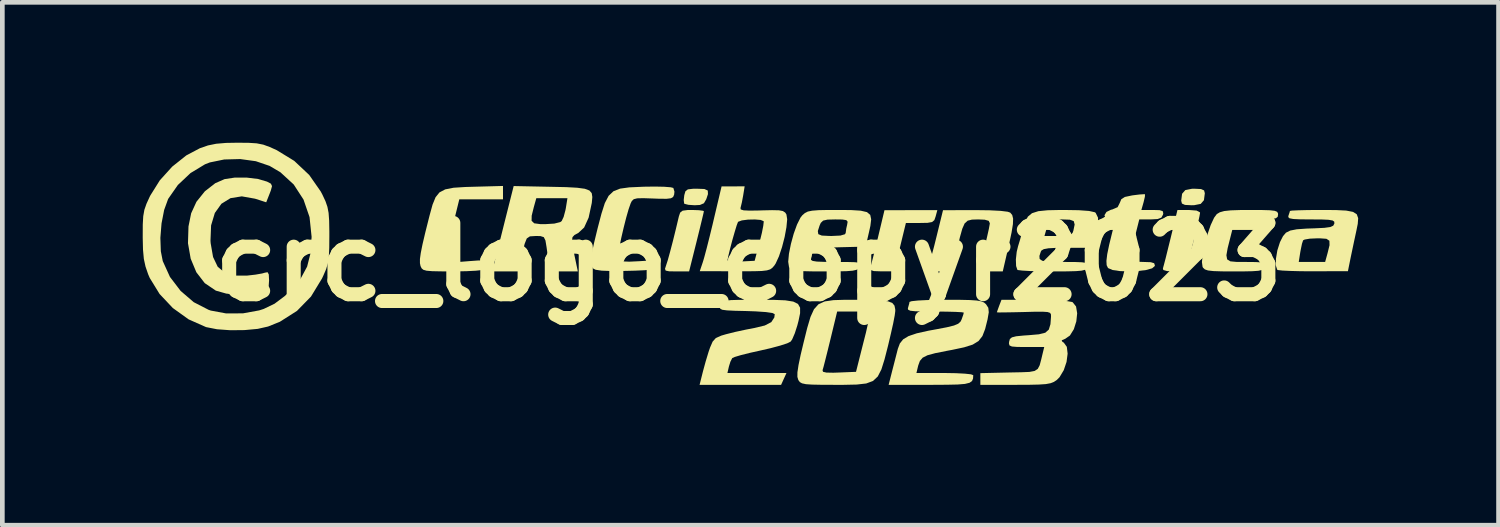
<source format=kicad_pcb>
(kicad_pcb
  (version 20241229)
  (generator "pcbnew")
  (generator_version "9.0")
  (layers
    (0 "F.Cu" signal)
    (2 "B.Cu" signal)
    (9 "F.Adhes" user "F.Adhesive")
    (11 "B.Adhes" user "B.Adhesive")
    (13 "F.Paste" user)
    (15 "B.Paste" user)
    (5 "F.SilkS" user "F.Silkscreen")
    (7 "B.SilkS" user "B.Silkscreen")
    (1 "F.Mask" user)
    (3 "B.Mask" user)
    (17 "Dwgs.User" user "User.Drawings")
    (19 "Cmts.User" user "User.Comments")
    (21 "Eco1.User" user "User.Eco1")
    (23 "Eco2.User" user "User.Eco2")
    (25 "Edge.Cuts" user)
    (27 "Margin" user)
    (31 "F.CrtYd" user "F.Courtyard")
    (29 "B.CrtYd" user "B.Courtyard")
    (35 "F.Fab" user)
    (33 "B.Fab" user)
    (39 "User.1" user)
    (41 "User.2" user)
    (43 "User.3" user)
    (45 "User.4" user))
  (footprint "crc_logo_copyr2023"
    (layer "F.Cu")
    (at 12.951 2.548)
    (property "Reference" "crc_logo_copyr2023" (at 0 0 0) (layer "F.SilkS") (effects (font (size 1.524 1.524) (thickness 0.3))))
    (attr board_only exclude_from_pos_files exclude_from_bom)
    (fp_poly (pts (xy 9.665 -1.558) (xy 9.73 -1.529) (xy 9.746 -1.469) (xy 9.727 -1.32) (xy 9.658 -1.241) (xy 9.517 -1.213) (xy 9.463 -1.212) (xy 9.322 -1.219) (xy 9.257 -1.248) (xy 9.241 -1.309) (xy 9.26 -1.457) (xy 9.329 -1.536) (xy 9.47 -1.564) (xy 9.524 -1.565)) (stroke (width 0) (type solid)) (fill yes) (layer "F.SilkS"))
    (fp_poly (pts (xy -0.948 -1.559) (xy -0.876 -1.526) (xy -0.872 -1.45) (xy -0.908 -1.341) (xy -0.958 -1.255) (xy -1.043 -1.218) (xy -1.157 -1.212) (xy -1.29 -1.221) (xy -1.372 -1.242) (xy -1.381 -1.25) (xy -1.39 -1.323) (xy -1.378 -1.427) (xy -1.354 -1.51) (xy -1.302 -1.551) (xy -1.194 -1.564) (xy -1.105 -1.565)) (stroke (width 0) (type solid)) (fill yes) (layer "F.SilkS"))
    (fp_poly (pts (xy 3.993 -0.971) (xy 3.966 -0.894) (xy 3.917 -0.853) (xy 3.821 -0.836) (xy 3.657 -0.833) (xy 3.358 -0.833) (xy 3.232 -0.316) (xy 3.106 0.201) (xy 2.836 0.201) (xy 2.673 0.195) (xy 2.598 0.171) (xy 2.592 0.139) (xy 2.613 0.067) (xy 2.652 -0.081) (xy 2.703 -0.284) (xy 2.759 -0.515) (xy 2.9 -1.106) (xy 3.465 -1.107) (xy 4.03 -1.108)) (stroke (width 0) (type solid)) (fill yes) (layer "F.SilkS"))
    (fp_poly (pts (xy -1.067 -1.106) (xy -0.976 -1.094) (xy -0.959 -1.084) (xy -0.971 -1.028) (xy -1.003 -0.893) (xy -1.05 -0.699) (xy -1.108 -0.465) (xy -1.117 -0.428) (xy -1.275 0.202) (xy -1.545 0.202) (xy -1.7 0.2) (xy -1.775 0.185) (xy -1.79 0.147) (xy -1.767 0.074) (xy -1.731 -0.037) (xy -1.68 -0.222) (xy -1.619 -0.455) (xy -1.556 -0.711) (xy -1.496 -0.963) (xy -1.494 -0.972) (xy -1.466 -1.055) (xy -1.413 -1.096) (xy -1.305 -1.11) (xy -1.211 -1.111)) (stroke (width 0) (type solid)) (fill yes) (layer "F.SilkS"))
    (fp_poly (pts (xy 9.57 -1.098) (xy 9.641 -1.061) (xy 9.644 -1.048) (xy 9.631 -0.974) (xy 9.599 -0.827) (xy 9.551 -0.633) (xy 9.519 -0.505) (xy 9.465 -0.286) (xy 9.422 -0.093) (xy 9.398 0.045) (xy 9.393 0.088) (xy 9.384 0.153) (xy 9.34 0.187) (xy 9.238 0.2) (xy 9.109 0.202) (xy 8.94 0.195) (xy 8.859 0.172) (xy 8.85 0.139) (xy 8.87 0.067) (xy 8.909 -0.081) (xy 8.959 -0.284) (xy 9.017 -0.518) (xy 9.161 -1.111) (xy 9.403 -1.111)) (stroke (width 0) (type solid)) (fill yes) (layer "F.SilkS"))
    (fp_poly (pts (xy -5.252 -1.481) (xy -5.252 -1.338) (xy -6.186 -1.338) (xy -6.341 -0.707) (xy -6.41 -0.424) (xy -6.447 -0.226) (xy -6.447 -0.099) (xy -6.402 -0.029) (xy -6.303 -0.002) (xy -6.144 -0.004) (xy -5.971 -0.018) (xy -5.779 -0.032) (xy -5.67 -0.032) (xy -5.623 -0.014) (xy -5.623 0.022) (xy -5.625 0.03) (xy -5.652 0.126) (xy -5.656 0.156) (xy -5.703 0.173) (xy -5.833 0.187) (xy -6.029 0.197) (xy -6.27 0.202) (xy -6.314 0.202) (xy -6.582 0.201) (xy -6.767 0.197) (xy -6.886 0.187) (xy -6.955 0.167) (xy -6.991 0.136) (xy -7.013 0.09) (xy -7.014 0.089) (xy -7.027 0.026) (xy -7.027 -0.064) (xy -7.009 -0.193) (xy -6.972 -0.377) (xy -6.913 -0.628) (xy -6.829 -0.962) (xy -6.818 -1.005) (xy -6.757 -1.226) (xy -6.693 -1.383) (xy -6.609 -1.487) (xy -6.487 -1.551) (xy -6.309 -1.586) (xy -6.057 -1.602) (xy -5.882 -1.607) (xy -5.252 -1.624)) (stroke (width 0) (type solid)) (fill yes) (layer "F.SilkS"))
    (fp_poly (pts (xy -10.485 -1.773) (xy -10.295 -1.717) (xy -10.212 -1.673) (xy -10.188 -1.621) (xy -10.213 -1.528) (xy -10.237 -1.465) (xy -10.312 -1.275) (xy -10.551 -1.352) (xy -10.834 -1.402) (xy -11.076 -1.363) (xy -11.27 -1.243) (xy -11.41 -1.047) (xy -11.49 -0.781) (xy -11.503 -0.453) (xy -11.499 -0.4) (xy -11.448 -0.106) (xy -11.349 0.102) (xy -11.194 0.232) (xy -10.974 0.292) (xy -10.718 0.291) (xy -10.543 0.271) (xy -10.399 0.246) (xy -10.339 0.229) (xy -10.283 0.219) (xy -10.257 0.267) (xy -10.251 0.394) (xy -10.26 0.529) (xy -10.303 0.601) (xy -10.404 0.649) (xy -10.41 0.652) (xy -10.632 0.696) (xy -10.9 0.704) (xy -11.166 0.676) (xy -11.384 0.614) (xy -11.393 0.61) (xy -11.626 0.452) (xy -11.805 0.22) (xy -11.926 -0.07) (xy -11.984 -0.401) (xy -11.973 -0.759) (xy -11.916 -1.04) (xy -11.803 -1.286) (xy -11.623 -1.51) (xy -11.401 -1.683) (xy -11.202 -1.77) (xy -10.984 -1.803) (xy -10.73 -1.803)) (stroke (width 0) (type solid)) (fill yes) (layer "F.SilkS"))
    (fp_poly (pts (xy 10.966 -1.11) (xy 11.136 -1.105) (xy 11.239 -1.093) (xy 11.291 -1.072) (xy 11.31 -1.038) (xy 11.311 -1.012) (xy 11.303 -0.965) (xy 11.264 -0.934) (xy 11.177 -0.916) (xy 11.021 -0.905) (xy 10.847 -0.898) (xy 10.383 -0.884) (xy 10.293 -0.53) (xy 10.234 -0.296) (xy 10.207 -0.144) (xy 10.223 -0.055) (xy 10.292 -0.013) (xy 10.427 -0.000474) (xy 10.625 0) (xy 10.831 0.002) (xy 10.955 0.009) (xy 11.015 0.028) (xy 11.03 0.063) (xy 11.023 0.101) (xy 11.005 0.143) (xy 10.966 0.172) (xy 10.89 0.189) (xy 10.757 0.198) (xy 10.553 0.202) (xy 10.373 0.202) (xy 10.11 0.201) (xy 9.929 0.195) (xy 9.814 0.182) (xy 9.747 0.159) (xy 9.709 0.124) (xy 9.698 0.106) (xy 9.684 0.003) (xy 9.702 -0.166) (xy 9.744 -0.372) (xy 9.803 -0.59) (xy 9.872 -0.79) (xy 9.944 -0.945) (xy 10.002 -1.023) (xy 10.067 -1.062) (xy 10.16 -1.088) (xy 10.301 -1.103) (xy 10.509 -1.11) (xy 10.711 -1.111)) (stroke (width 0) (type solid)) (fill yes) (layer "F.SilkS"))
    (fp_poly (pts (xy 5.146 -1.104) (xy 5.382 -1.092) (xy 5.535 -1.073) (xy 5.588 -1.054) (xy 5.63 -1.003) (xy 5.649 -0.926) (xy 5.645 -0.808) (xy 5.616 -0.63) (xy 5.562 -0.377) (xy 5.542 -0.291) (xy 5.428 0.202) (xy 5.158 0.202) (xy 5.002 0.197) (xy 4.926 0.179) (xy 4.912 0.14) (xy 4.918 0.122) (xy 4.952 0.015) (xy 4.998 -0.151) (xy 5.048 -0.347) (xy 5.094 -0.542) (xy 5.131 -0.707) (xy 5.15 -0.813) (xy 5.151 -0.829) (xy 5.127 -0.879) (xy 5.043 -0.903) (xy 4.9 -0.909) (xy 4.769 -0.905) (xy 4.678 -0.882) (xy 4.613 -0.823) (xy 4.563 -0.71) (xy 4.512 -0.528) (xy 4.471 -0.353) (xy 4.426 -0.159) (xy 4.387 0.005) (xy 4.362 0.106) (xy 4.36 0.114) (xy 4.324 0.167) (xy 4.238 0.194) (xy 4.078 0.202) (xy 4.06 0.202) (xy 3.903 0.199) (xy 3.828 0.183) (xy 3.815 0.149) (xy 3.829 0.114) (xy 3.859 0.031) (xy 3.905 -0.127) (xy 3.961 -0.335) (xy 4.012 -0.54) (xy 4.151 -1.106) (xy 4.836 -1.108)) (stroke (width 0) (type solid)) (fill yes) (layer "F.SilkS"))
    (fp_poly (pts (xy 8.468 -1.446) (xy 8.465 -1.394) (xy 8.439 -1.284) (xy 8.436 -1.272) (xy 8.39 -1.111) (xy 8.634 -1.111) (xy 8.779 -1.107) (xy 8.846 -1.086) (xy 8.858 -1.04) (xy 8.852 -1.01) (xy 8.817 -0.947) (xy 8.737 -0.917) (xy 8.585 -0.909) (xy 8.345 -0.909) (xy 8.241 -0.495) (xy 8.196 -0.301) (xy 8.167 -0.146) (xy 8.159 -0.053) (xy 8.162 -0.04) (xy 8.222 -0.017) (xy 8.35 -0.003) (xy 8.44 0) (xy 8.59 0.005) (xy 8.663 0.027) (xy 8.678 0.072) (xy 8.676 0.088) (xy 8.62 0.136) (xy 8.491 0.172) (xy 8.315 0.194) (xy 8.119 0.202) (xy 7.93 0.195) (xy 7.775 0.172) (xy 7.681 0.132) (xy 7.675 0.125) (xy 7.648 0.069) (xy 7.643 -0.023) (xy 7.66 -0.164) (xy 7.702 -0.368) (xy 7.771 -0.649) (xy 7.809 -0.795) (xy 7.815 -0.88) (xy 7.754 -0.907) (xy 7.711 -0.909) (xy 7.621 -0.936) (xy 7.601 -0.999) (xy 7.644 -1.069) (xy 7.741 -1.116) (xy 7.767 -1.121) (xy 7.883 -1.171) (xy 7.928 -1.262) (xy 7.962 -1.342) (xy 8.036 -1.389) (xy 8.178 -1.419) (xy 8.206 -1.424) (xy 8.352 -1.442) (xy 8.448 -1.448)) (stroke (width 0) (type solid)) (fill yes) (layer "F.SilkS"))
    (fp_poly (pts (xy -1.808 -1.607) (xy -1.669 -1.596) (xy -1.612 -1.582) (xy -1.588 -1.502) (xy -1.595 -1.438) (xy -1.616 -1.39) (xy -1.663 -1.361) (xy -1.755 -1.35) (xy -1.915 -1.351) (xy -2.046 -1.356) (xy -2.254 -1.363) (xy -2.384 -1.36) (xy -2.458 -1.341) (xy -2.499 -1.302) (xy -2.523 -1.255) (xy -2.568 -1.126) (xy -2.62 -0.944) (xy -2.674 -0.731) (xy -2.725 -0.512) (xy -2.766 -0.31) (xy -2.793 -0.15) (xy -2.8 -0.055) (xy -2.797 -0.041) (xy -2.723 -0.013) (xy -2.552 -0.006) (xy -2.343 -0.016) (xy -2.139 -0.029) (xy -2.017 -0.031) (xy -1.96 -0.018) (xy -1.949 0.014) (xy -1.965 0.066) (xy -1.988 0.112) (xy -2.028 0.144) (xy -2.103 0.165) (xy -2.23 0.177) (xy -2.427 0.186) (xy -2.633 0.191) (xy -2.933 0.194) (xy -3.143 0.186) (xy -3.271 0.167) (xy -3.321 0.143) (xy -3.357 0.096) (xy -3.375 0.033) (xy -3.373 -0.063) (xy -3.35 -0.206) (xy -3.304 -0.415) (xy -3.234 -0.703) (xy -3.229 -0.723) (xy -3.148 -1.032) (xy -3.076 -1.258) (xy -2.995 -1.413) (xy -2.892 -1.511) (xy -2.75 -1.567) (xy -2.553 -1.594) (xy -2.287 -1.606) (xy -2.24 -1.608) (xy -2.006 -1.611)) (stroke (width 0) (type solid)) (fill yes) (layer "F.SilkS"))
    (fp_poly (pts (xy -4.227 -1.606) (xy -3.902 -1.599) (xy -3.666 -1.586) (xy -3.504 -1.564) (xy -3.405 -1.527) (xy -3.356 -1.47) (xy -3.343 -1.388) (xy -3.353 -1.275) (xy -3.356 -1.254) (xy -3.422 -0.947) (xy -3.518 -0.736) (xy -3.645 -0.618) (xy -3.648 -0.617) (xy -3.725 -0.576) (xy -3.767 -0.53) (xy -3.778 -0.455) (xy -3.762 -0.328) (xy -3.722 -0.127) (xy -3.719 -0.114) (xy -3.653 0.202) (xy -3.943 0.202) (xy -4.081 0.202) (xy -4.171 0.188) (xy -4.228 0.145) (xy -4.264 0.053) (xy -4.292 -0.105) (xy -4.321 -0.316) (xy -4.345 -0.46) (xy -4.38 -0.53) (xy -4.452 -0.553) (xy -4.548 -0.555) (xy -4.677 -0.547) (xy -4.744 -0.502) (xy -4.788 -0.391) (xy -4.795 -0.366) (xy -4.841 -0.18) (xy -4.879 0.008) (xy -4.88 0.013) (xy -4.911 0.202) (xy -5.482 0.202) (xy -5.211 -0.88) (xy -4.641 -0.88) (xy -4.585 -0.826) (xy -4.459 -0.809) (xy -4.349 -0.808) (xy -4.155 -0.82) (xy -4.028 -0.852) (xy -3.998 -0.874) (xy -3.956 -0.963) (xy -3.918 -1.105) (xy -3.909 -1.151) (xy -3.875 -1.363) (xy -4.54 -1.363) (xy -4.593 -1.174) (xy -4.639 -0.989) (xy -4.641 -0.88) (xy -5.211 -0.88) (xy -5.024 -1.622)) (stroke (width 0) (type solid)) (fill yes) (layer "F.SilkS"))
    (fp_poly (pts (xy 0.534 0.81) (xy 0.782 0.82) (xy 0.951 0.847) (xy 1.052 0.897) (xy 1.097 0.978) (xy 1.097 1.096) (xy 1.063 1.26) (xy 1.037 1.359) (xy 0.984 1.524) (xy 0.928 1.654) (xy 0.896 1.701) (xy 0.821 1.739) (xy 0.67 1.788) (xy 0.465 1.843) (xy 0.256 1.891) (xy 0.027 1.942) (xy -0.165 1.99) (xy -0.299 2.03) (xy -0.353 2.054) (xy -0.392 2.131) (xy -0.424 2.234) (xy -0.456 2.373) (xy 0.806 2.373) (xy 0.748 2.5) (xy 0.691 2.626) (xy -1.051 2.626) (xy -0.978 2.335) (xy -0.922 2.13) (xy -0.86 1.925) (xy -0.828 1.831) (xy -0.772 1.702) (xy -0.703 1.625) (xy -0.587 1.574) (xy -0.488 1.545) (xy -0.293 1.496) (xy -0.057 1.445) (xy 0.115 1.412) (xy 0.342 1.358) (xy 0.481 1.286) (xy 0.546 1.187) (xy 0.555 1.116) (xy 0.507 1.091) (xy 0.368 1.071) (xy 0.148 1.056) (xy -0.044 1.049) (xy -0.297 1.043) (xy -0.465 1.035) (xy -0.564 1.022) (xy -0.609 1.001) (xy -0.615 0.968) (xy -0.601 0.922) (xy -0.581 0.878) (xy -0.548 0.847) (xy -0.486 0.827) (xy -0.38 0.815) (xy -0.213 0.81) (xy 0.031 0.808) (xy 0.197 0.808)) (stroke (width 0) (type solid)) (fill yes) (layer "F.SilkS"))
    (fp_poly (pts (xy -0.12 -1.418) (xy -0.147 -1.274) (xy -0.173 -1.167) (xy -0.177 -1.153) (xy -0.171 -1.122) (xy -0.111 -1.103) (xy 0.016 -1.097) (xy 0.227 -1.1) (xy 0.273 -1.102) (xy 0.498 -1.107) (xy 0.643 -1.104) (xy 0.729 -1.088) (xy 0.778 -1.056) (xy 0.805 -1.015) (xy 0.821 -0.912) (xy 0.805 -0.742) (xy 0.767 -0.535) (xy 0.711 -0.318) (xy 0.645 -0.12) (xy 0.575 0.033) (xy 0.546 0.077) (xy 0.504 0.125) (xy 0.458 0.158) (xy 0.388 0.18) (xy 0.278 0.193) (xy 0.111 0.198) (xy -0.131 0.199) (xy -0.299 0.199) (xy -1.047 0.197) (xy -0.984 0.01) (xy -0.97 -0.035) (xy -0.454 -0.035) (xy -0.408 -0.016) (xy -0.291 -0.008) (xy -0.164 -0.01) (xy 0.126 -0.025) (xy 0.233 -0.429) (xy 0.28 -0.62) (xy 0.31 -0.772) (xy 0.32 -0.86) (xy 0.318 -0.871) (xy 0.255 -0.898) (xy 0.131 -0.908) (xy -0.016 -0.905) (xy -0.148 -0.888) (xy -0.226 -0.859) (xy -0.231 -0.853) (xy -0.258 -0.782) (xy -0.3 -0.644) (xy -0.35 -0.47) (xy -0.397 -0.291) (xy -0.434 -0.139) (xy -0.453 -0.045) (xy -0.454 -0.035) (xy -0.97 -0.035) (xy -0.949 -0.107) (xy -0.898 -0.298) (xy -0.837 -0.54) (xy -0.771 -0.81) (xy -0.751 -0.896) (xy -0.581 -1.615) (xy -0.334 -1.615) (xy -0.088 -1.616)) (stroke (width 0) (type solid)) (fill yes) (layer "F.SilkS"))
    (fp_poly (pts (xy 2.604 0.81) (xy 2.827 0.82) (xy 2.977 0.841) (xy 3.068 0.877) (xy 3.114 0.933) (xy 3.13 1.012) (xy 3.131 1.048) (xy 3.119 1.142) (xy 3.087 1.31) (xy 3.038 1.528) (xy 2.98 1.774) (xy 2.978 1.783) (xy 2.902 2.08) (xy 2.834 2.297) (xy 2.757 2.447) (xy 2.655 2.543) (xy 2.51 2.597) (xy 2.306 2.62) (xy 2.026 2.626) (xy 1.842 2.626) (xy 1.556 2.625) (xy 1.355 2.621) (xy 1.222 2.612) (xy 1.139 2.594) (xy 1.092 2.568) (xy 1.063 2.529) (xy 1.058 2.52) (xy 1.039 2.456) (xy 1.04 2.356) (xy 1.047 2.313) (xy 1.577 2.313) (xy 1.587 2.347) (xy 1.659 2.364) (xy 1.808 2.367) (xy 1.922 2.363) (xy 2.292 2.348) (xy 2.432 1.793) (xy 2.504 1.51) (xy 2.549 1.311) (xy 2.565 1.181) (xy 2.546 1.106) (xy 2.489 1.071) (xy 2.389 1.06) (xy 2.244 1.06) (xy 2.232 1.06) (xy 1.889 1.06) (xy 1.745 1.654) (xy 1.687 1.89) (xy 1.636 2.093) (xy 1.598 2.241) (xy 1.577 2.313) (xy 1.047 2.313) (xy 1.063 2.204) (xy 1.109 1.984) (xy 1.169 1.733) (xy 1.249 1.411) (xy 1.319 1.175) (xy 1.394 1.01) (xy 1.491 0.903) (xy 1.624 0.843) (xy 1.81 0.816) (xy 2.065 0.808) (xy 2.294 0.808)) (stroke (width 0) (type solid)) (fill yes) (layer "F.SilkS"))
    (fp_poly (pts (xy 6.38 0.812) (xy 6.616 0.821) (xy 6.799 0.836) (xy 6.907 0.855) (xy 6.921 0.86) (xy 6.994 0.951) (xy 7.018 1.097) (xy 7 1.269) (xy 6.947 1.437) (xy 6.863 1.572) (xy 6.763 1.642) (xy 6.687 1.674) (xy 6.702 1.706) (xy 6.733 1.725) (xy 6.797 1.814) (xy 6.814 1.96) (xy 6.791 2.136) (xy 6.731 2.313) (xy 6.641 2.463) (xy 6.581 2.523) (xy 6.521 2.563) (xy 6.45 2.591) (xy 6.348 2.61) (xy 6.198 2.62) (xy 5.983 2.625) (xy 5.699 2.626) (xy 4.949 2.626) (xy 4.949 2.376) (xy 5.564 2.362) (xy 5.822 2.357) (xy 5.997 2.35) (xy 6.109 2.329) (xy 6.176 2.285) (xy 6.217 2.207) (xy 6.25 2.083) (xy 6.28 1.957) (xy 6.314 1.818) (xy 5.931 1.818) (xy 5.737 1.816) (xy 5.624 1.807) (xy 5.572 1.784) (xy 5.56 1.741) (xy 5.564 1.704) (xy 5.58 1.647) (xy 5.624 1.611) (xy 5.715 1.588) (xy 5.877 1.572) (xy 5.982 1.565) (xy 6.2 1.546) (xy 6.337 1.512) (xy 6.412 1.445) (xy 6.447 1.33) (xy 6.459 1.171) (xy 6.458 1.121) (xy 6.439 1.088) (xy 6.384 1.07) (xy 6.278 1.063) (xy 6.101 1.064) (xy 5.883 1.07) (xy 5.654 1.075) (xy 5.468 1.078) (xy 5.344 1.079) (xy 5.302 1.076) (xy 5.318 1.028) (xy 5.351 0.937) (xy 5.401 0.808) (xy 6.112 0.808)) (stroke (width 0) (type solid)) (fill yes) (layer "F.SilkS"))
    (fp_poly (pts (xy 12.548 -1.109) (xy 12.768 -1.098) (xy 12.912 -1.07) (xy 12.993 -1.019) (xy 13.023 -0.936) (xy 13.014 -0.814) (xy 12.984 -0.665) (xy 12.935 -0.438) (xy 12.883 -0.191) (xy 12.862 -0.091) (xy 12.804 0.197) (xy 12.066 0.199) (xy 11.802 0.198) (xy 11.576 0.192) (xy 11.405 0.184) (xy 11.308 0.173) (xy 11.294 0.168) (xy 11.264 0.079) (xy 11.265 0) (xy 11.753 0) (xy 12.317 0) (xy 12.369 -0.189) (xy 12.411 -0.359) (xy 12.408 -0.453) (xy 12.345 -0.495) (xy 12.207 -0.505) (xy 12.148 -0.505) (xy 11.99 -0.498) (xy 11.879 -0.479) (xy 11.846 -0.462) (xy 11.822 -0.389) (xy 11.795 -0.258) (xy 11.786 -0.21) (xy 11.753 0) (xy 11.265 0) (xy 11.266 -0.071) (xy 11.296 -0.249) (xy 11.351 -0.421) (xy 11.36 -0.44) (xy 11.416 -0.55) (xy 11.479 -0.625) (xy 11.571 -0.671) (xy 11.71 -0.698) (xy 11.918 -0.713) (xy 12.093 -0.719) (xy 12.3 -0.729) (xy 12.425 -0.746) (xy 12.49 -0.775) (xy 12.514 -0.82) (xy 12.514 -0.821) (xy 12.512 -0.861) (xy 12.477 -0.886) (xy 12.392 -0.901) (xy 12.24 -0.908) (xy 12.017 -0.909) (xy 11.784 -0.911) (xy 11.636 -0.918) (xy 11.556 -0.933) (xy 11.529 -0.959) (xy 11.533 -0.989) (xy 11.56 -1.069) (xy 11.564 -1.09) (xy 11.611 -1.098) (xy 11.741 -1.104) (xy 11.935 -1.109) (xy 12.175 -1.111) (xy 12.239 -1.111)) (stroke (width 0) (type solid)) (fill yes) (layer "F.SilkS"))
    (fp_poly (pts (xy 7.051 -1.106) (xy 7.271 -1.09) (xy 7.393 -1.063) (xy 7.413 -1.05) (xy 7.464 -0.945) (xy 7.465 -0.773) (xy 7.417 -0.527) (xy 7.361 -0.303) (xy 6.817 -0.303) (xy 6.568 -0.301) (xy 6.404 -0.292) (xy 6.305 -0.274) (xy 6.255 -0.245) (xy 6.242 -0.223) (xy 6.211 -0.128) (xy 6.216 -0.064) (xy 6.271 -0.026) (xy 6.391 -0.007) (xy 6.589 -0.001) (xy 6.737 0) (xy 6.971 0.001) (xy 7.122 0.007) (xy 7.205 0.02) (xy 7.239 0.045) (xy 7.24 0.084) (xy 7.236 0.101) (xy 7.219 0.141) (xy 7.184 0.168) (xy 7.113 0.186) (xy 6.992 0.196) (xy 6.803 0.201) (xy 6.532 0.202) (xy 6.491 0.202) (xy 6.232 0.2) (xy 6.009 0.194) (xy 5.842 0.184) (xy 5.751 0.173) (xy 5.74 0.168) (xy 5.713 0.087) (xy 5.708 -0.054) (xy 5.726 -0.217) (xy 5.754 -0.333) (xy 5.798 -0.478) (xy 5.819 -0.555) (xy 6.319 -0.555) (xy 6.613 -0.555) (xy 6.781 -0.56) (xy 6.874 -0.579) (xy 6.92 -0.622) (xy 6.937 -0.669) (xy 6.964 -0.8) (xy 6.945 -0.872) (xy 6.862 -0.903) (xy 6.697 -0.909) (xy 6.691 -0.909) (xy 6.539 -0.907) (xy 6.438 -0.901) (xy 6.413 -0.896) (xy 6.401 -0.844) (xy 6.37 -0.734) (xy 6.366 -0.719) (xy 6.319 -0.555) (xy 5.819 -0.555) (xy 5.847 -0.655) (xy 5.858 -0.697) (xy 5.906 -0.856) (xy 5.965 -0.969) (xy 6.053 -1.042) (xy 6.188 -1.085) (xy 6.386 -1.105) (xy 6.664 -1.111) (xy 6.731 -1.111)) (stroke (width 0) (type solid)) (fill yes) (layer "F.SilkS"))
    (fp_poly (pts (xy 4.509 0.809) (xy 4.724 0.814) (xy 4.871 0.824) (xy 4.967 0.841) (xy 5.028 0.867) (xy 5.069 0.902) (xy 5.119 0.979) (xy 5.129 1.075) (xy 5.103 1.227) (xy 5.051 1.434) (xy 4.993 1.584) (xy 4.91 1.69) (xy 4.786 1.766) (xy 4.603 1.824) (xy 4.344 1.879) (xy 4.231 1.9) (xy 3.985 1.949) (xy 3.819 1.994) (xy 3.716 2.046) (xy 3.657 2.115) (xy 3.622 2.211) (xy 3.616 2.234) (xy 3.583 2.373) (xy 4.19 2.373) (xy 4.425 2.377) (xy 4.618 2.387) (xy 4.748 2.401) (xy 4.797 2.419) (xy 4.797 2.42) (xy 4.793 2.492) (xy 4.771 2.545) (xy 4.718 2.582) (xy 4.62 2.606) (xy 4.464 2.619) (xy 4.236 2.624) (xy 3.923 2.626) (xy 3.862 2.626) (xy 2.989 2.626) (xy 3.063 2.335) (xy 3.114 2.137) (xy 3.163 1.946) (xy 3.186 1.856) (xy 3.229 1.741) (xy 3.3 1.653) (xy 3.415 1.584) (xy 3.59 1.525) (xy 3.841 1.469) (xy 4.006 1.439) (xy 4.236 1.395) (xy 4.386 1.358) (xy 4.476 1.32) (xy 4.526 1.274) (xy 4.549 1.227) (xy 4.584 1.127) (xy 4.595 1.082) (xy 4.548 1.074) (xy 4.419 1.067) (xy 4.228 1.062) (xy 3.995 1.06) (xy 3.984 1.06) (xy 3.726 1.059) (xy 3.554 1.053) (xy 3.452 1.042) (xy 3.406 1.021) (xy 3.4 0.991) (xy 3.403 0.981) (xy 3.43 0.884) (xy 3.434 0.854) (xy 3.482 0.838) (xy 3.615 0.824) (xy 3.816 0.814) (xy 4.072 0.809) (xy 4.209 0.808)) (stroke (width 0) (type solid)) (fill yes) (layer "F.SilkS"))
    (fp_poly (pts (xy 2.183 -1.109) (xy 2.392 -1.096) (xy 2.526 -1.065) (xy 2.596 -1.006) (xy 2.616 -0.911) (xy 2.599 -0.771) (xy 2.57 -0.641) (xy 2.498 -0.328) (xy 1.931 -0.314) (xy 1.673 -0.305) (xy 1.503 -0.291) (xy 1.405 -0.271) (xy 1.366 -0.242) (xy 1.363 -0.23) (xy 1.346 -0.12) (xy 1.333 -0.08) (xy 1.33 -0.045) (xy 1.366 -0.022) (xy 1.455 -0.008) (xy 1.613 -0.002) (xy 1.856 -0.000001) (xy 1.865 0) (xy 2.109 0.001) (xy 2.267 0.005) (xy 2.356 0.016) (xy 2.391 0.038) (xy 2.388 0.072) (xy 2.373 0.101) (xy 2.345 0.141) (xy 2.299 0.169) (xy 2.218 0.187) (xy 2.086 0.197) (xy 1.885 0.201) (xy 1.616 0.202) (xy 1.335 0.201) (xy 1.138 0.196) (xy 1.008 0.186) (xy 0.93 0.168) (xy 0.885 0.139) (xy 0.859 0.103) (xy 0.843 -0.005) (xy 0.859 -0.177) (xy 0.901 -0.386) (xy 0.96 -0.602) (xy 0.981 -0.661) (xy 1.476 -0.661) (xy 1.486 -0.594) (xy 1.561 -0.564) (xy 1.717 -0.556) (xy 1.767 -0.555) (xy 1.958 -0.564) (xy 2.055 -0.592) (xy 2.071 -0.619) (xy 2.084 -0.716) (xy 2.102 -0.795) (xy 2.113 -0.86) (xy 2.085 -0.894) (xy 1.998 -0.907) (xy 1.848 -0.909) (xy 1.683 -0.905) (xy 1.59 -0.884) (xy 1.539 -0.835) (xy 1.514 -0.779) (xy 1.476 -0.661) (xy 0.981 -0.661) (xy 1.031 -0.799) (xy 1.105 -0.947) (xy 1.143 -0.996) (xy 1.198 -1.044) (xy 1.262 -1.077) (xy 1.354 -1.096) (xy 1.496 -1.107) (xy 1.705 -1.111) (xy 1.885 -1.111)) (stroke (width 0) (type solid)) (fill yes) (layer "F.SilkS"))
    (fp_poly (pts (xy -10.691 -2.546) (xy -10.516 -2.535) (xy -10.375 -2.507) (xy -10.235 -2.456) (xy -10.087 -2.389) (xy -9.713 -2.16) (xy -9.393 -1.859) (xy -9.147 -1.506) (xy -9.111 -1.438) (xy -9.046 -1.299) (xy -9.004 -1.178) (xy -8.979 -1.048) (xy -8.967 -0.881) (xy -8.963 -0.65) (xy -8.963 -0.555) (xy -8.965 -0.298) (xy -8.974 -0.113) (xy -8.994 0.027) (xy -9.031 0.152) (xy -9.09 0.289) (xy -9.12 0.353) (xy -9.355 0.739) (xy -9.655 1.046) (xy -10.02 1.278) (xy -10.273 1.38) (xy -10.494 1.43) (xy -10.776 1.456) (xy -11.079 1.459) (xy -11.364 1.438) (xy -11.593 1.393) (xy -11.6 1.391) (xy -11.97 1.227) (xy -12.307 0.985) (xy -12.591 0.684) (xy -12.801 0.342) (xy -12.835 0.263) (xy -12.891 0.1) (xy -12.927 -0.064) (xy -12.945 -0.262) (xy -12.951 -0.516) (xy -12.574 -0.516) (xy -12.564 -0.228) (xy -12.523 -0.019) (xy -12.369 0.32) (xy -12.141 0.619) (xy -11.86 0.86) (xy -11.543 1.023) (xy -11.496 1.039) (xy -11.168 1.1) (xy -10.808 1.098) (xy -10.462 1.035) (xy -10.366 1.004) (xy -10.135 0.893) (xy -9.916 0.729) (xy -9.792 0.61) (xy -9.577 0.357) (xy -9.438 0.1) (xy -9.364 -0.192) (xy -9.342 -0.537) (xy -9.386 -0.958) (xy -9.515 -1.333) (xy -9.724 -1.655) (xy -10.008 -1.916) (xy -10.24 -2.053) (xy -10.534 -2.153) (xy -10.869 -2.199) (xy -11.209 -2.19) (xy -11.517 -2.127) (xy -11.62 -2.087) (xy -11.929 -1.9) (xy -12.2 -1.645) (xy -12.403 -1.354) (xy -12.41 -1.341) (xy -12.493 -1.112) (xy -12.549 -0.824) (xy -12.574 -0.516) (xy -12.951 -0.516) (xy -12.951 -0.526) (xy -12.951 -0.557) (xy -12.95 -0.802) (xy -12.94 -0.977) (xy -12.916 -1.114) (xy -12.871 -1.243) (xy -12.801 -1.396) (xy -12.787 -1.423) (xy -12.586 -1.744) (xy -12.321 -2.037) (xy -12.018 -2.278) (xy -11.73 -2.43) (xy -11.557 -2.49) (xy -11.381 -2.526) (xy -11.169 -2.544) (xy -10.933 -2.548)) (stroke (width 0) (type solid)) (fill yes) (layer "F.SilkS")))
  (gr_rect
    (start -3 -3)
    (end 28.974 8.174)
    (stroke (width 0.1) (type default))
    (fill no)
    (layer "Edge.Cuts")))
</source>
